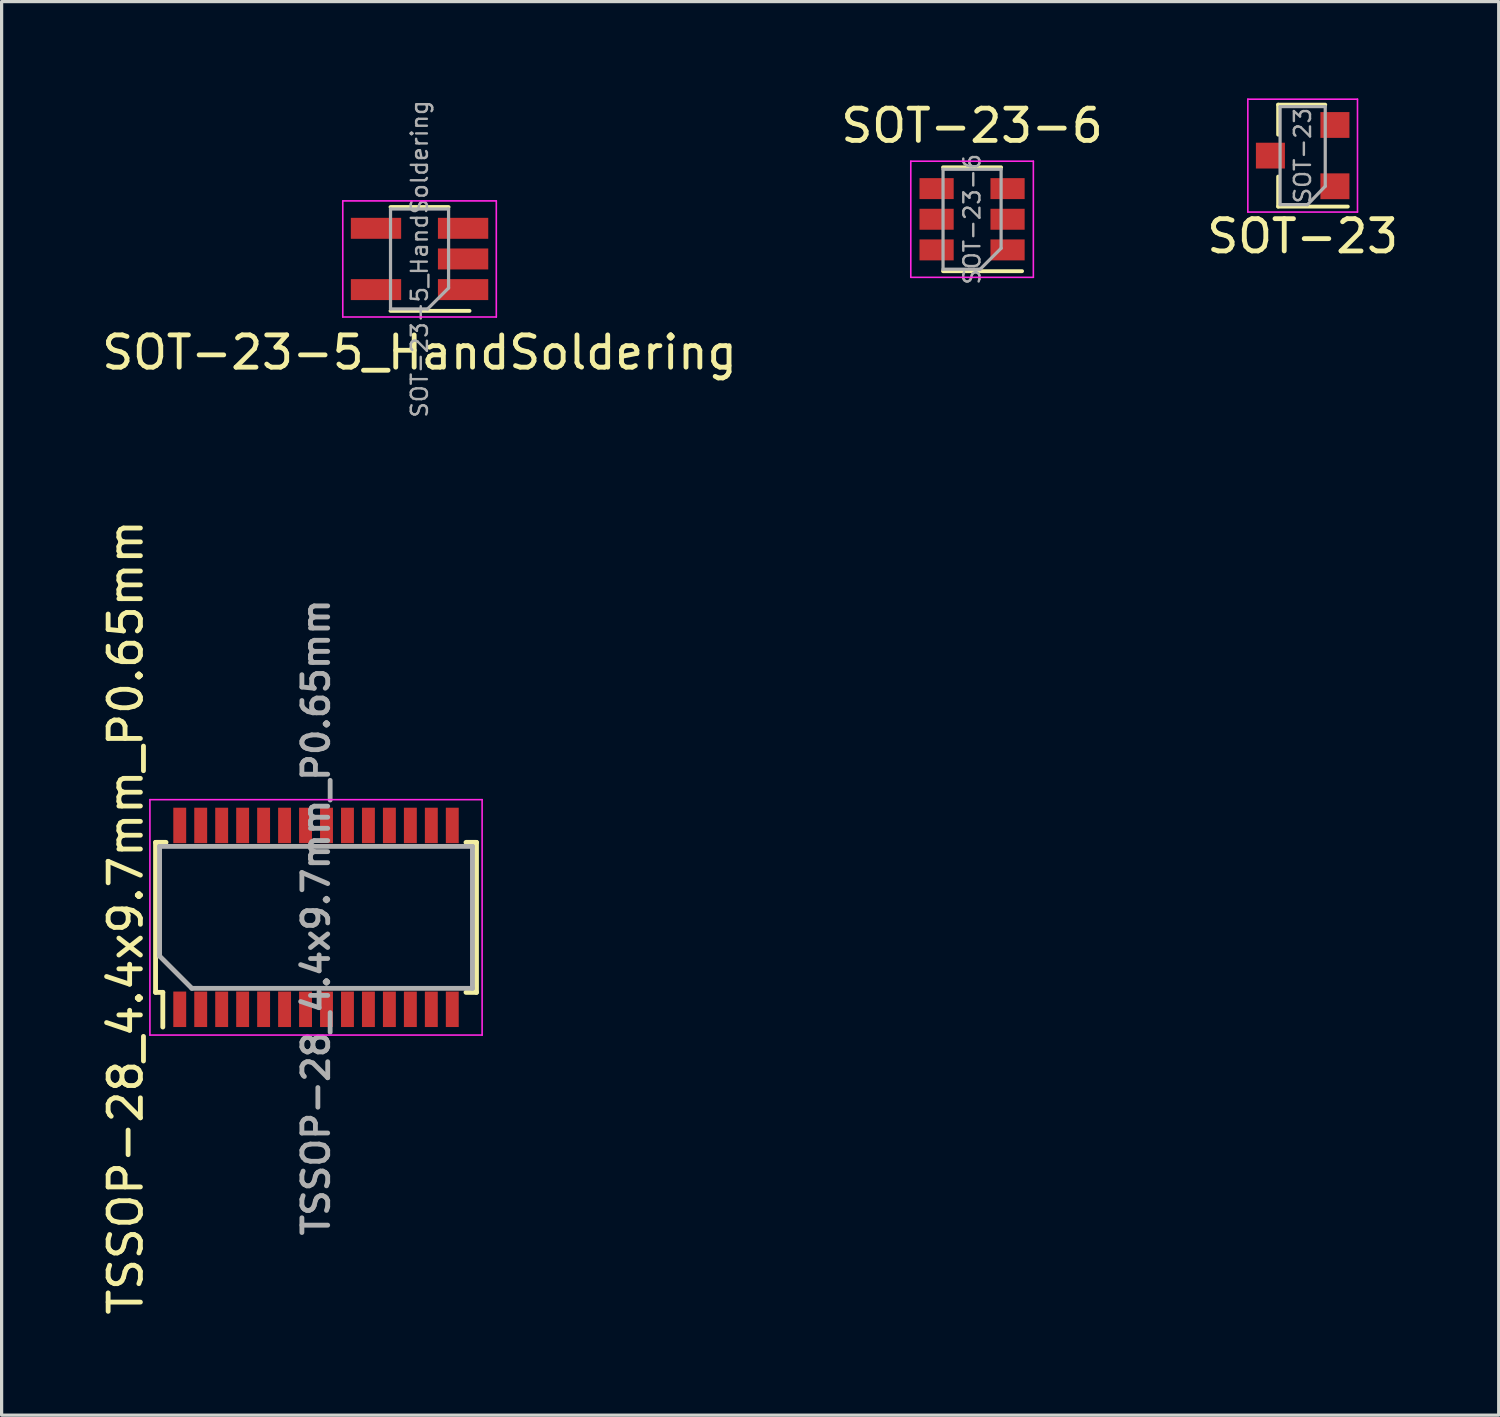
<source format=kicad_pcb>
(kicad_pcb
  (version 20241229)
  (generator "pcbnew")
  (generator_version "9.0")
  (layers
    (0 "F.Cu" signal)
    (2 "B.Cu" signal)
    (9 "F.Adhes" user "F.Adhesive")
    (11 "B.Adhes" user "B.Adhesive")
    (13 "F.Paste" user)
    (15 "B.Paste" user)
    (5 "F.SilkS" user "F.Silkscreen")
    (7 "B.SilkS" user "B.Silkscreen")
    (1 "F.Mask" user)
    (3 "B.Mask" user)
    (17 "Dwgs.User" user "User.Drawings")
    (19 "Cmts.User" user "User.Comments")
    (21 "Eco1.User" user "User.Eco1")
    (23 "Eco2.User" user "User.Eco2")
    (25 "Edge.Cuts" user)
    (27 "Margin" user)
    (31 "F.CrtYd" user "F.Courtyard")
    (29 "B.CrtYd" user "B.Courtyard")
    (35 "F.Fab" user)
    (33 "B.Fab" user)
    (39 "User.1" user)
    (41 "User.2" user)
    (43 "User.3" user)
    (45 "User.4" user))
  (footprint "SOT-23-6"
    (layer "F.Cu")
    (at 27.089 3.748)
    (property "Reference" "SOT-23-6" (at 0 -2.9 0) (layer "F.SilkS") (effects (font (size 1 1) (thickness 0.15))))
    (attr smd)
    (fp_line (start -0.9 1.61) (end 1.55 1.61) (stroke (width 0.12) (type solid)) (layer "F.SilkS"))
    (fp_line (start 0.9 -1.61) (end -0.9 -1.61) (stroke (width 0.12) (type solid)) (layer "F.SilkS"))
    (fp_line (start -1.9 -1.8) (end -1.9 1.8) (stroke (width 0.05) (type solid)) (layer "F.CrtYd"))
    (fp_line (start -1.9 1.8) (end 1.9 1.8) (stroke (width 0.05) (type solid)) (layer "F.CrtYd"))
    (fp_line (start 1.9 -1.8) (end -1.9 -1.8) (stroke (width 0.05) (type solid)) (layer "F.CrtYd"))
    (fp_line (start 1.9 1.8) (end 1.9 -1.8) (stroke (width 0.05) (type solid)) (layer "F.CrtYd"))
    (fp_line (start -0.9 -1.55) (end 0.9 -1.55) (stroke (width 0.1) (type solid)) (layer "F.Fab"))
    (fp_line (start -0.9 1.55) (end -0.9 -1.55) (stroke (width 0.1) (type solid)) (layer "F.Fab"))
    (fp_line (start -0.9 1.55) (end 0.25 1.55) (stroke (width 0.1) (type solid)) (layer "F.Fab"))
    (fp_line (start 0.9 0.9) (end 0.25 1.55) (stroke (width 0.1) (type solid)) (layer "F.Fab"))
    (fp_line (start 0.9 0.9) (end 0.9 -1.55) (stroke (width 0.1) (type solid)) (layer "F.Fab"))
    (fp_text user "${REFERENCE}" (at 0 0 270) (layer "F.Fab") (effects (font (size 0.5 0.5) (thickness 0.075))))
    (pad "1" smd rect (at 1.1 0.95 180) (size 1.06 0.65) (layers "F.Cu" "F.Mask" "F.Paste"))
    (pad "2" smd rect (at 1.1 0 180) (size 1.06 0.65) (layers "F.Cu" "F.Mask" "F.Paste"))
    (pad "3" smd rect (at 1.1 -0.95 180) (size 1.06 0.65) (layers "F.Cu" "F.Mask" "F.Paste"))
    (pad "4" smd rect (at -1.1 -0.95 180) (size 1.06 0.65) (layers "F.Cu" "F.Mask" "F.Paste"))
    (pad "5" smd rect (at -1.1 0 180) (size 1.06 0.65) (layers "F.Cu" "F.Mask" "F.Paste"))
    (pad "6" smd rect (at -1.1 0.95 180) (size 1.06 0.65) (layers "F.Cu" "F.Mask" "F.Paste")))
  (footprint "SOT-23-5_HandSoldering"
    (layer "F.Cu")
    (at 9.958 4.979)
    (property "Reference" "SOT-23-5_HandSoldering" (at 0 2.9 180) (layer "F.SilkS") (effects (font (size 1 1) (thickness 0.15))))
    (attr smd)
    (fp_line (start -0.9 1.61) (end 1.55 1.61) (stroke (width 0.12) (type solid)) (layer "F.SilkS"))
    (fp_line (start 0.9 -1.61) (end -0.9 -1.61) (stroke (width 0.12) (type solid)) (layer "F.SilkS"))
    (fp_line (start -2.38 -1.8) (end -2.38 1.8) (stroke (width 0.05) (type solid)) (layer "F.CrtYd"))
    (fp_line (start -2.38 -1.8) (end 2.38 -1.8) (stroke (width 0.05) (type solid)) (layer "F.CrtYd"))
    (fp_line (start 2.38 1.8) (end -2.38 1.8) (stroke (width 0.05) (type solid)) (layer "F.CrtYd"))
    (fp_line (start 2.38 1.8) (end 2.38 -1.8) (stroke (width 0.05) (type solid)) (layer "F.CrtYd"))
    (fp_line (start -0.9 -1.55) (end 0.9 -1.55) (stroke (width 0.1) (type solid)) (layer "F.Fab"))
    (fp_line (start -0.9 1.55) (end -0.9 -1.55) (stroke (width 0.1) (type solid)) (layer "F.Fab"))
    (fp_line (start -0.9 1.55) (end 0.25 1.55) (stroke (width 0.1) (type solid)) (layer "F.Fab"))
    (fp_line (start 0.9 0.9) (end 0.25 1.55) (stroke (width 0.1) (type solid)) (layer "F.Fab"))
    (fp_line (start 0.9 0.9) (end 0.9 -1.55) (stroke (width 0.1) (type solid)) (layer "F.Fab"))
    (fp_text user "${REFERENCE}" (at 0 0 270) (layer "F.Fab") (effects (font (size 0.5 0.5) (thickness 0.075))))
    (pad "1" smd rect (at 1.35 0.95 180) (size 1.56 0.65) (layers "F.Cu" "F.Mask" "F.Paste"))
    (pad "2" smd rect (at 1.35 0 180) (size 1.56 0.65) (layers "F.Cu" "F.Mask" "F.Paste"))
    (pad "3" smd rect (at 1.35 -0.95 180) (size 1.56 0.65) (layers "F.Cu" "F.Mask" "F.Paste"))
    (pad "4" smd rect (at -1.35 -0.95 180) (size 1.56 0.65) (layers "F.Cu" "F.Mask" "F.Paste"))
    (pad "5" smd rect (at -1.35 0.95 180) (size 1.56 0.65) (layers "F.Cu" "F.Mask" "F.Paste")))
  (footprint "SOT-23"
    (layer "F.Cu")
    (at 37.339 1.775)
    (property "Reference" "SOT-23" (at 0 2.5 180) (layer "F.SilkS") (effects (font (size 1 1) (thickness 0.15))))
    (attr smd)
    (fp_line (start -0.76 -1.58) (end -0.76 -0.65) (stroke (width 0.12) (type solid)) (layer "F.SilkS"))
    (fp_line (start -0.76 -1.58) (end 0.7 -1.58) (stroke (width 0.12) (type solid)) (layer "F.SilkS"))
    (fp_line (start -0.76 1.58) (end -0.76 0.65) (stroke (width 0.12) (type solid)) (layer "F.SilkS"))
    (fp_line (start -0.76 1.58) (end 1.4 1.58) (stroke (width 0.12) (type solid)) (layer "F.SilkS"))
    (fp_line (start -1.7 -1.75) (end 1.7 -1.75) (stroke (width 0.05) (type solid)) (layer "F.CrtYd"))
    (fp_line (start -1.7 1.75) (end -1.7 -1.75) (stroke (width 0.05) (type solid)) (layer "F.CrtYd"))
    (fp_line (start 1.7 -1.75) (end 1.7 1.75) (stroke (width 0.05) (type solid)) (layer "F.CrtYd"))
    (fp_line (start 1.7 1.75) (end -1.7 1.75) (stroke (width 0.05) (type solid)) (layer "F.CrtYd"))
    (fp_line (start -0.7 1.52) (end -0.7 -1.52) (stroke (width 0.1) (type solid)) (layer "F.Fab"))
    (fp_line (start 0.15 1.52) (end -0.7 1.52) (stroke (width 0.1) (type solid)) (layer "F.Fab"))
    (fp_line (start 0.7 -1.52) (end -0.7 -1.52) (stroke (width 0.1) (type solid)) (layer "F.Fab"))
    (fp_line (start 0.7 0.95) (end 0.15 1.52) (stroke (width 0.1) (type solid)) (layer "F.Fab"))
    (fp_line (start 0.7 0.95) (end 0.7 -1.5) (stroke (width 0.1) (type solid)) (layer "F.Fab"))
    (fp_text user "${REFERENCE}" (at 0 0 270) (layer "F.Fab") (effects (font (size 0.5 0.5) (thickness 0.075))))
    (pad "1" smd rect (at 1 0.95 180) (size 0.9 0.8) (layers "F.Cu" "F.Mask" "F.Paste"))
    (pad "2" smd rect (at 1 -0.95 180) (size 0.9 0.8) (layers "F.Cu" "F.Mask" "F.Paste"))
    (pad "3" smd rect (at -1 0 180) (size 0.9 0.8) (layers "F.Cu" "F.Mask" "F.Paste")))
  (footprint "TSSOP-28_4.4x9.7mm_P0.65mm"
    (layer "F.Cu")
    (at 6.748 25.393)
    (property "Reference" "TSSOP-28_4.4x9.7mm_P0.65mm" (at -5.9 0 90) (layer "F.SilkS") (effects (font (size 1 1) (thickness 0.15))))
    (attr smd)
    (fp_line (start -4.975 -2.325) (end -4.65 -2.325) (stroke (width 0.15) (type solid)) (layer "F.SilkS"))
    (fp_line (start -4.975 2.325) (end -4.975 -2.325) (stroke (width 0.15) (type solid)) (layer "F.SilkS"))
    (fp_line (start -4.975 2.325) (end -4.75 2.325) (stroke (width 0.15) (type solid)) (layer "F.SilkS"))
    (fp_line (start -4.75 2.325) (end -4.75 3.4) (stroke (width 0.15) (type solid)) (layer "F.SilkS"))
    (fp_line (start 4.975 -2.325) (end 4.65 -2.325) (stroke (width 0.15) (type solid)) (layer "F.SilkS"))
    (fp_line (start 4.975 2.325) (end 4.65 2.325) (stroke (width 0.15) (type solid)) (layer "F.SilkS"))
    (fp_line (start 4.975 2.325) (end 4.975 -2.325) (stroke (width 0.15) (type solid)) (layer "F.SilkS"))
    (fp_line (start -5.15 -3.65) (end 5.15 -3.65) (stroke (width 0.05) (type solid)) (layer "F.CrtYd"))
    (fp_line (start -5.15 3.65) (end -5.15 -3.65) (stroke (width 0.05) (type solid)) (layer "F.CrtYd"))
    (fp_line (start -5.15 3.65) (end 5.15 3.65) (stroke (width 0.05) (type solid)) (layer "F.CrtYd"))
    (fp_line (start 5.15 3.65) (end 5.15 -3.65) (stroke (width 0.05) (type solid)) (layer "F.CrtYd"))
    (fp_line (start -4.85 -2.2) (end 4.85 -2.2) (stroke (width 0.15) (type solid)) (layer "F.Fab"))
    (fp_line (start -4.85 1.2) (end -4.85 -2.2) (stroke (width 0.15) (type solid)) (layer "F.Fab"))
    (fp_line (start -3.85 2.2) (end -4.85 1.2) (stroke (width 0.15) (type solid)) (layer "F.Fab"))
    (fp_line (start 4.85 -2.2) (end 4.85 2.2) (stroke (width 0.15) (type solid)) (layer "F.Fab"))
    (fp_line (start 4.85 2.2) (end -3.85 2.2) (stroke (width 0.15) (type solid)) (layer "F.Fab"))
    (fp_text user "${REFERENCE}" (at 0 0 90) (layer "F.Fab") (effects (font (size 0.8 0.8) (thickness 0.15))))
    (pad "1" smd rect (at -4.225 2.85 90) (size 1.1 0.4) (layers "F.Cu" "F.Mask" "F.Paste"))
    (pad "2" smd rect (at -3.575 2.85 90) (size 1.1 0.4) (layers "F.Cu" "F.Mask" "F.Paste"))
    (pad "3" smd rect (at -2.925 2.85 90) (size 1.1 0.4) (layers "F.Cu" "F.Mask" "F.Paste"))
    (pad "4" smd rect (at -2.275 2.85 90) (size 1.1 0.4) (layers "F.Cu" "F.Mask" "F.Paste"))
    (pad "5" smd rect (at -1.625 2.85 90) (size 1.1 0.4) (layers "F.Cu" "F.Mask" "F.Paste"))
    (pad "6" smd rect (at -0.975 2.85 90) (size 1.1 0.4) (layers "F.Cu" "F.Mask" "F.Paste"))
    (pad "7" smd rect (at -0.325 2.85 90) (size 1.1 0.4) (layers "F.Cu" "F.Mask" "F.Paste"))
    (pad "8" smd rect (at 0.325 2.85 90) (size 1.1 0.4) (layers "F.Cu" "F.Mask" "F.Paste"))
    (pad "9" smd rect (at 0.975 2.85 90) (size 1.1 0.4) (layers "F.Cu" "F.Mask" "F.Paste"))
    (pad "10" smd rect (at 1.625 2.85 90) (size 1.1 0.4) (layers "F.Cu" "F.Mask" "F.Paste"))
    (pad "11" smd rect (at 2.275 2.85 90) (size 1.1 0.4) (layers "F.Cu" "F.Mask" "F.Paste"))
    (pad "12" smd rect (at 2.925 2.85 90) (size 1.1 0.4) (layers "F.Cu" "F.Mask" "F.Paste"))
    (pad "13" smd rect (at 3.575 2.85 90) (size 1.1 0.4) (layers "F.Cu" "F.Mask" "F.Paste"))
    (pad "14" smd rect (at 4.225 2.85 90) (size 1.1 0.4) (layers "F.Cu" "F.Mask" "F.Paste"))
    (pad "15" smd rect (at 4.225 -2.85 90) (size 1.1 0.4) (layers "F.Cu" "F.Mask" "F.Paste"))
    (pad "16" smd rect (at 3.575 -2.85 90) (size 1.1 0.4) (layers "F.Cu" "F.Mask" "F.Paste"))
    (pad "17" smd rect (at 2.925 -2.85 90) (size 1.1 0.4) (layers "F.Cu" "F.Mask" "F.Paste"))
    (pad "18" smd rect (at 2.275 -2.85 90) (size 1.1 0.4) (layers "F.Cu" "F.Mask" "F.Paste"))
    (pad "19" smd rect (at 1.625 -2.85 90) (size 1.1 0.4) (layers "F.Cu" "F.Mask" "F.Paste"))
    (pad "20" smd rect (at 0.975 -2.85 90) (size 1.1 0.4) (layers "F.Cu" "F.Mask" "F.Paste"))
    (pad "21" smd rect (at 0.325 -2.85 90) (size 1.1 0.4) (layers "F.Cu" "F.Mask" "F.Paste"))
    (pad "22" smd rect (at -0.325 -2.85 90) (size 1.1 0.4) (layers "F.Cu" "F.Mask" "F.Paste"))
    (pad "23" smd rect (at -0.975 -2.85 90) (size 1.1 0.4) (layers "F.Cu" "F.Mask" "F.Paste"))
    (pad "24" smd rect (at -1.625 -2.85 90) (size 1.1 0.4) (layers "F.Cu" "F.Mask" "F.Paste"))
    (pad "25" smd rect (at -2.275 -2.85 90) (size 1.1 0.4) (layers "F.Cu" "F.Mask" "F.Paste"))
    (pad "26" smd rect (at -2.925 -2.85 90) (size 1.1 0.4) (layers "F.Cu" "F.Mask" "F.Paste"))
    (pad "27" smd rect (at -3.575 -2.85 90) (size 1.1 0.4) (layers "F.Cu" "F.Mask" "F.Paste"))
    (pad "28" smd rect (at -4.225 -2.85 90) (size 1.1 0.4) (layers "F.Cu" "F.Mask" "F.Paste")))
  (gr_rect
    (start -3 -3)
    (end 43.417 40.827)
    (stroke (width 0.1) (type default))
    (fill no)
    (layer "Edge.Cuts")))
</source>
